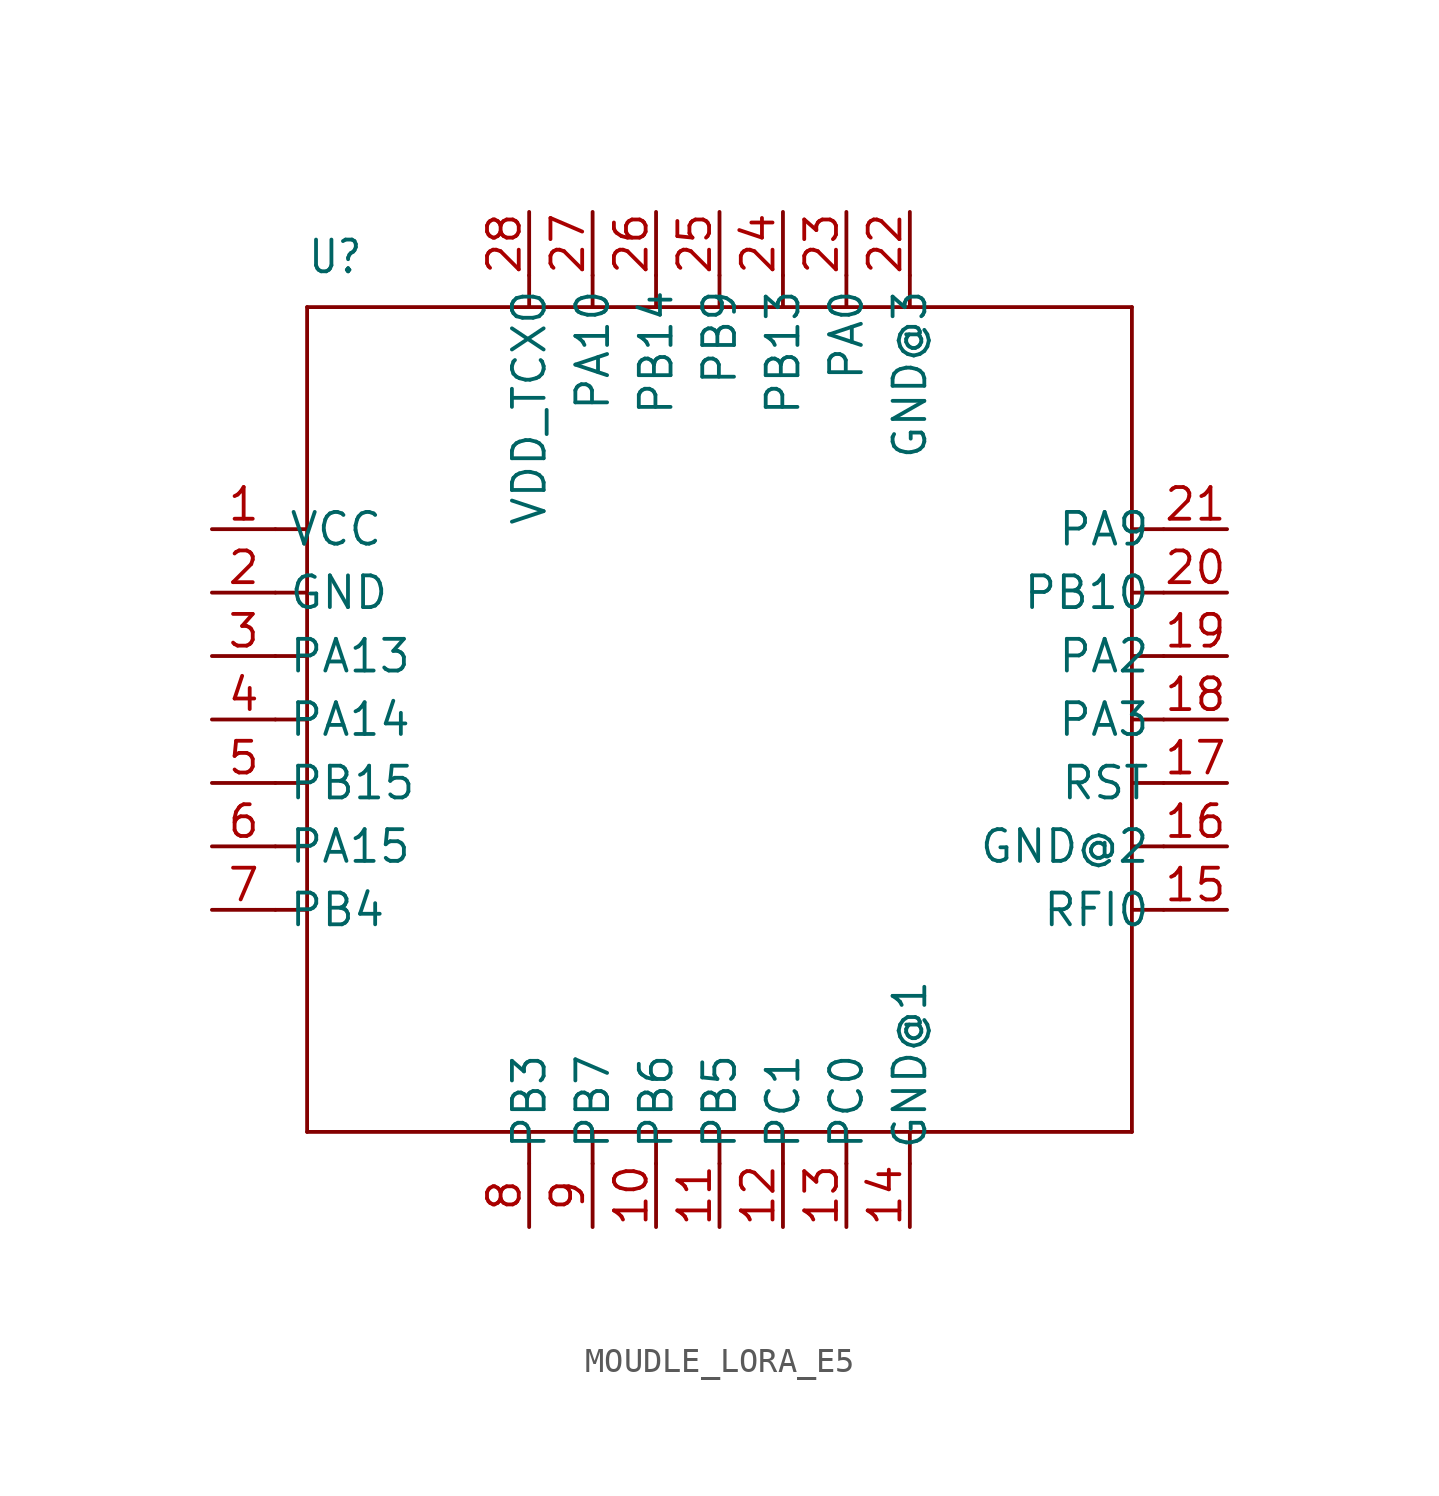
<source format=kicad_sym>
(kicad_symbol_lib
  (version 20220914)
  (generator kicad_symbol_editor)
  (symbol "MOUDLE_LORA_E5"
    (property "Reference" "U"
      (at -16.51 17.78 0)
      (effects (font (size 1.27 1.079)) (justify left bottom)))
    (property "Value" ""
      (at -16.51 16.51 0)
      (effects (font (size 1.27 1.079)) (justify left bottom)))
    (property "ki_locked" ""
      (at 0 0 0)
      (effects (font (size 1.27 1.27))))
    (symbol "MOUDLE_LORA_E5_1_0"
      (polyline (pts (xy -17.78 -7.62) (xy -16.51 -7.62)) (stroke (width 0.152) (type solid)) (fill (type none)))
      (polyline (pts (xy -17.78 -5.08) (xy -16.51 -5.08)) (stroke (width 0.152) (type solid)) (fill (type none)))
      (polyline (pts (xy -17.78 -2.54) (xy -16.51 -2.54)) (stroke (width 0.152) (type solid)) (fill (type none)))
      (polyline (pts (xy -17.78 0) (xy -16.51 0)) (stroke (width 0.152) (type solid)) (fill (type none)))
      (polyline (pts (xy -17.78 2.54) (xy -16.51 2.54)) (stroke (width 0.152) (type solid)) (fill (type none)))
      (polyline (pts (xy -17.78 5.08) (xy -16.51 5.08)) (stroke (width 0.152) (type solid)) (fill (type none)))
      (polyline (pts (xy -17.78 7.62) (xy -16.51 7.62)) (stroke (width 0.152) (type solid)) (fill (type none)))
      (polyline (pts (xy -16.51 -16.51) (xy -16.51 -7.62)) (stroke (width 0.152) (type solid)) (fill (type none)))
      (polyline (pts (xy -16.51 -7.62) (xy -16.51 -5.08)) (stroke (width 0.152) (type solid)) (fill (type none)))
      (polyline (pts (xy -16.51 -5.08) (xy -16.51 -2.54)) (stroke (width 0.152) (type solid)) (fill (type none)))
      (polyline (pts (xy -16.51 -2.54) (xy -16.51 0)) (stroke (width 0.152) (type solid)) (fill (type none)))
      (polyline (pts (xy -16.51 0) (xy -16.51 2.54)) (stroke (width 0.152) (type solid)) (fill (type none)))
      (polyline (pts (xy -16.51 2.54) (xy -16.51 5.08)) (stroke (width 0.152) (type solid)) (fill (type none)))
      (polyline (pts (xy -16.51 5.08) (xy -16.51 7.62)) (stroke (width 0.152) (type solid)) (fill (type none)))
      (polyline (pts (xy -16.51 7.62) (xy -16.51 16.51)) (stroke (width 0.152) (type solid)) (fill (type none)))
      (polyline (pts (xy -16.51 16.51) (xy -7.62 16.51)) (stroke (width 0.152) (type solid)) (fill (type none)))
      (polyline (pts (xy -7.62 -17.78) (xy -7.62 -16.51)) (stroke (width 0.152) (type solid)) (fill (type none)))
      (polyline (pts (xy -7.62 -16.51) (xy -16.51 -16.51)) (stroke (width 0.152) (type solid)) (fill (type none)))
      (polyline (pts (xy -7.62 16.51) (xy -5.08 16.51)) (stroke (width 0.152) (type solid)) (fill (type none)))
      (polyline (pts (xy -7.62 17.78) (xy -7.62 16.51)) (stroke (width 0.152) (type solid)) (fill (type none)))
      (polyline (pts (xy -5.08 -17.78) (xy -5.08 -16.51)) (stroke (width 0.152) (type solid)) (fill (type none)))
      (polyline (pts (xy -5.08 -16.51) (xy -7.62 -16.51)) (stroke (width 0.152) (type solid)) (fill (type none)))
      (polyline (pts (xy -5.08 16.51) (xy -2.54 16.51)) (stroke (width 0.152) (type solid)) (fill (type none)))
      (polyline (pts (xy -5.08 17.78) (xy -5.08 16.51)) (stroke (width 0.152) (type solid)) (fill (type none)))
      (polyline (pts (xy -2.54 -17.78) (xy -2.54 -16.51)) (stroke (width 0.152) (type solid)) (fill (type none)))
      (polyline (pts (xy -2.54 -16.51) (xy -5.08 -16.51)) (stroke (width 0.152) (type solid)) (fill (type none)))
      (polyline (pts (xy -2.54 16.51) (xy 0 16.51)) (stroke (width 0.152) (type solid)) (fill (type none)))
      (polyline (pts (xy -2.54 17.78) (xy -2.54 16.51)) (stroke (width 0.152) (type solid)) (fill (type none)))
      (polyline (pts (xy 0 -17.78) (xy 0 -16.51)) (stroke (width 0.152) (type solid)) (fill (type none)))
      (polyline (pts (xy 0 -16.51) (xy -2.54 -16.51)) (stroke (width 0.152) (type solid)) (fill (type none)))
      (polyline (pts (xy 0 16.51) (xy 2.54 16.51)) (stroke (width 0.152) (type solid)) (fill (type none)))
      (polyline (pts (xy 0 17.78) (xy 0 16.51)) (stroke (width 0.152) (type solid)) (fill (type none)))
      (polyline (pts (xy 2.54 -17.78) (xy 2.54 -16.51)) (stroke (width 0.152) (type solid)) (fill (type none)))
      (polyline (pts (xy 2.54 -16.51) (xy 0 -16.51)) (stroke (width 0.152) (type solid)) (fill (type none)))
      (polyline (pts (xy 2.54 16.51) (xy 5.08 16.51)) (stroke (width 0.152) (type solid)) (fill (type none)))
      (polyline (pts (xy 2.54 17.78) (xy 2.54 16.51)) (stroke (width 0.152) (type solid)) (fill (type none)))
      (polyline (pts (xy 5.08 -17.78) (xy 5.08 -16.51)) (stroke (width 0.152) (type solid)) (fill (type none)))
      (polyline (pts (xy 5.08 -16.51) (xy 2.54 -16.51)) (stroke (width 0.152) (type solid)) (fill (type none)))
      (polyline (pts (xy 5.08 16.51) (xy 7.62 16.51)) (stroke (width 0.152) (type solid)) (fill (type none)))
      (polyline (pts (xy 5.08 17.78) (xy 5.08 16.51)) (stroke (width 0.152) (type solid)) (fill (type none)))
      (polyline (pts (xy 7.62 -17.78) (xy 7.62 -16.51)) (stroke (width 0.152) (type solid)) (fill (type none)))
      (polyline (pts (xy 7.62 -16.51) (xy 5.08 -16.51)) (stroke (width 0.152) (type solid)) (fill (type none)))
      (polyline (pts (xy 7.62 16.51) (xy 16.51 16.51)) (stroke (width 0.152) (type solid)) (fill (type none)))
      (polyline (pts (xy 7.62 17.78) (xy 7.62 16.51)) (stroke (width 0.152) (type solid)) (fill (type none)))
      (polyline (pts (xy 16.51 -16.51) (xy 7.62 -16.51)) (stroke (width 0.152) (type solid)) (fill (type none)))
      (polyline (pts (xy 16.51 -7.62) (xy 16.51 -16.51)) (stroke (width 0.152) (type solid)) (fill (type none)))
      (polyline (pts (xy 16.51 -5.08) (xy 16.51 -7.62)) (stroke (width 0.152) (type solid)) (fill (type none)))
      (polyline (pts (xy 16.51 -2.54) (xy 16.51 -5.08)) (stroke (width 0.152) (type solid)) (fill (type none)))
      (polyline (pts (xy 16.51 0) (xy 16.51 -2.54)) (stroke (width 0.152) (type solid)) (fill (type none)))
      (polyline (pts (xy 16.51 2.54) (xy 16.51 0)) (stroke (width 0.152) (type solid)) (fill (type none)))
      (polyline (pts (xy 16.51 5.08) (xy 16.51 2.54)) (stroke (width 0.152) (type solid)) (fill (type none)))
      (polyline (pts (xy 16.51 7.62) (xy 16.51 5.08)) (stroke (width 0.152) (type solid)) (fill (type none)))
      (polyline (pts (xy 16.51 16.51) (xy 16.51 7.62)) (stroke (width 0.152) (type solid)) (fill (type none)))
      (polyline (pts (xy 17.78 -7.62) (xy 16.51 -7.62)) (stroke (width 0.152) (type solid)) (fill (type none)))
      (polyline (pts (xy 17.78 -5.08) (xy 16.51 -5.08)) (stroke (width 0.152) (type solid)) (fill (type none)))
      (polyline (pts (xy 17.78 -2.54) (xy 16.51 -2.54)) (stroke (width 0.152) (type solid)) (fill (type none)))
      (polyline (pts (xy 17.78 0) (xy 16.51 0)) (stroke (width 0.152) (type solid)) (fill (type none)))
      (polyline (pts (xy 17.78 2.54) (xy 16.51 2.54)) (stroke (width 0.152) (type solid)) (fill (type none)))
      (polyline (pts (xy 17.78 5.08) (xy 16.51 5.08)) (stroke (width 0.152) (type solid)) (fill (type none)))
      (polyline (pts (xy 17.78 7.62) (xy 16.51 7.62)) (stroke (width 0.152) (type solid)) (fill (type none)))
      (pin bidirectional line (at -20.32 7.62 0) (length 2.54) (name "VCC" (effects (font (size 1.27 1.27)))) (number "1" (effects (font (size 1.27 1.27)))))
      (pin bidirectional line (at -2.54 -20.32 90) (length 2.54) (name "PB6" (effects (font (size 1.27 1.27)))) (number "10" (effects (font (size 1.27 1.27)))))
      (pin bidirectional line (at 0 -20.32 90) (length 2.54) (name "PB5" (effects (font (size 1.27 1.27)))) (number "11" (effects (font (size 1.27 1.27)))))
      (pin bidirectional line (at 2.54 -20.32 90) (length 2.54) (name "PC1" (effects (font (size 1.27 1.27)))) (number "12" (effects (font (size 1.27 1.27)))))
      (pin bidirectional line (at 5.08 -20.32 90) (length 2.54) (name "PC0" (effects (font (size 1.27 1.27)))) (number "13" (effects (font (size 1.27 1.27)))))
      (pin bidirectional line (at 7.62 -20.32 90) (length 2.54) (name "GND@1" (effects (font (size 1.27 1.27)))) (number "14" (effects (font (size 1.27 1.27)))))
      (pin bidirectional line (at 20.32 -7.62 180) (length 2.54) (name "RFI0" (effects (font (size 1.27 1.27)))) (number "15" (effects (font (size 1.27 1.27)))))
      (pin bidirectional line (at 20.32 -5.08 180) (length 2.54) (name "GND@2" (effects (font (size 1.27 1.27)))) (number "16" (effects (font (size 1.27 1.27)))))
      (pin bidirectional line (at 20.32 -2.54 180) (length 2.54) (name "RST" (effects (font (size 1.27 1.27)))) (number "17" (effects (font (size 1.27 1.27)))))
      (pin bidirectional line (at 20.32 0 180) (length 2.54) (name "PA3" (effects (font (size 1.27 1.27)))) (number "18" (effects (font (size 1.27 1.27)))))
      (pin bidirectional line (at 20.32 2.54 180) (length 2.54) (name "PA2" (effects (font (size 1.27 1.27)))) (number "19" (effects (font (size 1.27 1.27)))))
      (pin bidirectional line (at -20.32 5.08 0) (length 2.54) (name "GND" (effects (font (size 1.27 1.27)))) (number "2" (effects (font (size 1.27 1.27)))))
      (pin bidirectional line (at 20.32 5.08 180) (length 2.54) (name "PB10" (effects (font (size 1.27 1.27)))) (number "20" (effects (font (size 1.27 1.27)))))
      (pin bidirectional line (at 20.32 7.62 180) (length 2.54) (name "PA9" (effects (font (size 1.27 1.27)))) (number "21" (effects (font (size 1.27 1.27)))))
      (pin bidirectional line (at 7.62 20.32 270) (length 2.54) (name "GND@3" (effects (font (size 1.27 1.27)))) (number "22" (effects (font (size 1.27 1.27)))))
      (pin bidirectional line (at 5.08 20.32 270) (length 2.54) (name "PA0" (effects (font (size 1.27 1.27)))) (number "23" (effects (font (size 1.27 1.27)))))
      (pin bidirectional line (at 2.54 20.32 270) (length 2.54) (name "PB13" (effects (font (size 1.27 1.27)))) (number "24" (effects (font (size 1.27 1.27)))))
      (pin bidirectional line (at 0 20.32 270) (length 2.54) (name "PB9" (effects (font (size 1.27 1.27)))) (number "25" (effects (font (size 1.27 1.27)))))
      (pin bidirectional line (at -2.54 20.32 270) (length 2.54) (name "PB14" (effects (font (size 1.27 1.27)))) (number "26" (effects (font (size 1.27 1.27)))))
      (pin bidirectional line (at -5.08 20.32 270) (length 2.54) (name "PA10" (effects (font (size 1.27 1.27)))) (number "27" (effects (font (size 1.27 1.27)))))
      (pin bidirectional line (at -7.62 20.32 270) (length 2.54) (name "VDD_TCXO" (effects (font (size 1.27 1.27)))) (number "28" (effects (font (size 1.27 1.27)))))
      (pin bidirectional line (at -20.32 2.54 0) (length 2.54) (name "PA13" (effects (font (size 1.27 1.27)))) (number "3" (effects (font (size 1.27 1.27)))))
      (pin bidirectional line (at -20.32 0 0) (length 2.54) (name "PA14" (effects (font (size 1.27 1.27)))) (number "4" (effects (font (size 1.27 1.27)))))
      (pin bidirectional line (at -20.32 -2.54 0) (length 2.54) (name "PB15" (effects (font (size 1.27 1.27)))) (number "5" (effects (font (size 1.27 1.27)))))
      (pin bidirectional line (at -20.32 -5.08 0) (length 2.54) (name "PA15" (effects (font (size 1.27 1.27)))) (number "6" (effects (font (size 1.27 1.27)))))
      (pin bidirectional line (at -20.32 -7.62 0) (length 2.54) (name "PB4" (effects (font (size 1.27 1.27)))) (number "7" (effects (font (size 1.27 1.27)))))
      (pin bidirectional line (at -7.62 -20.32 90) (length 2.54) (name "PB3" (effects (font (size 1.27 1.27)))) (number "8" (effects (font (size 1.27 1.27)))))
      (pin bidirectional line (at -5.08 -20.32 90) (length 2.54) (name "PB7" (effects (font (size 1.27 1.27)))) (number "9" (effects (font (size 1.27 1.27))))))))
</source>
